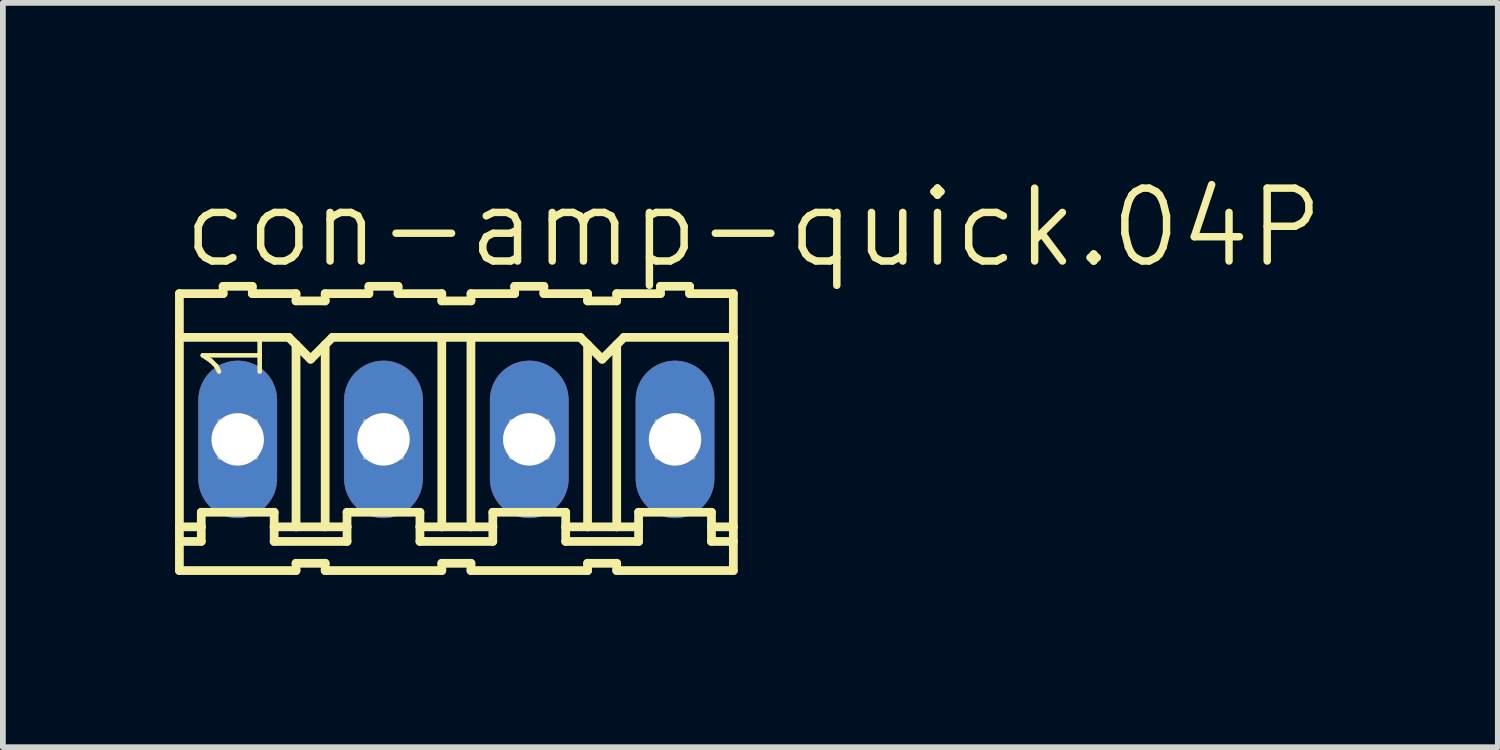
<source format=kicad_pcb>
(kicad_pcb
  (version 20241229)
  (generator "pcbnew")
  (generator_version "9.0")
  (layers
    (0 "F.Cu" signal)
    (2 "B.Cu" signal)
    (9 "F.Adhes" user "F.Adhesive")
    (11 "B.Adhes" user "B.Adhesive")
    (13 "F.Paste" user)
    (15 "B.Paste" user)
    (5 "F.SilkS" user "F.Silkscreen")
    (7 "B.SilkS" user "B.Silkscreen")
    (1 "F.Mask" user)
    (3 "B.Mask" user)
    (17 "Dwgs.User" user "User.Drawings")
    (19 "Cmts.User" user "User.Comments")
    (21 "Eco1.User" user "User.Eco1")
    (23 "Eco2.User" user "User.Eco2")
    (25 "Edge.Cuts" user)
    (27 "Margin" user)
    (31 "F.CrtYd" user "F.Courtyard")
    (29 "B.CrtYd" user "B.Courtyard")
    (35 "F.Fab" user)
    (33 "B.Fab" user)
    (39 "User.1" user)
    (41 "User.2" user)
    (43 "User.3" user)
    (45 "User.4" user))
  (footprint "con-amp-quick.04P"
    (layer "F.Cu")
    (at 4.902 4.606)
    (property "Reference" "con-amp-quick.04P" (at -4.826 -2.946 0) (layer "F.SilkS") (effects (font (size 1.27 1.27) (thickness 0.13)) (justify left bottom)))
    (attr through_hole)
    (fp_line (start -4.826 -2.54) (end -4.826 -1.778) (stroke (width 0.152) (type default)) (layer "F.SilkS"))
    (fp_line (start -4.826 -2.54) (end -4.064 -2.54) (stroke (width 0.152) (type default)) (layer "F.SilkS"))
    (fp_line (start -4.826 -1.778) (end -4.826 1.524) (stroke (width 0.152) (type default)) (layer "F.SilkS"))
    (fp_line (start -4.826 1.524) (end -4.826 1.778) (stroke (width 0.152) (type default)) (layer "F.SilkS"))
    (fp_line (start -4.826 1.778) (end -4.826 2.286) (stroke (width 0.152) (type default)) (layer "F.SilkS"))
    (fp_line (start -4.826 1.778) (end -4.445 1.778) (stroke (width 0.152) (type default)) (layer "F.SilkS"))
    (fp_line (start -4.445 1.27) (end -3.175 1.27) (stroke (width 0.152) (type default)) (layer "F.SilkS"))
    (fp_line (start -4.445 1.524) (end -4.826 1.524) (stroke (width 0.152) (type default)) (layer "F.SilkS"))
    (fp_line (start -4.445 1.524) (end -4.445 1.27) (stroke (width 0.152) (type default)) (layer "F.SilkS"))
    (fp_line (start -4.445 1.778) (end -4.445 1.524) (stroke (width 0.152) (type default)) (layer "F.SilkS"))
    (fp_line (start -4.064 -2.54) (end -4.064 -2.667) (stroke (width 0.152) (type default)) (layer "F.SilkS"))
    (fp_line (start -3.556 -2.667) (end -4.064 -2.667) (stroke (width 0.152) (type default)) (layer "F.SilkS"))
    (fp_line (start -3.556 -2.54) (end -3.556 -2.667) (stroke (width 0.152) (type default)) (layer "F.SilkS"))
    (fp_line (start -3.175 1.524) (end -3.175 1.27) (stroke (width 0.152) (type default)) (layer "F.SilkS"))
    (fp_line (start -3.175 1.524) (end -2.794 1.524) (stroke (width 0.152) (type default)) (layer "F.SilkS"))
    (fp_line (start -3.175 1.778) (end -3.175 1.524) (stroke (width 0.152) (type default)) (layer "F.SilkS"))
    (fp_line (start -2.921 -1.778) (end -4.826 -1.778) (stroke (width 0.152) (type default)) (layer "F.SilkS"))
    (fp_line (start -2.921 -1.778) (end -2.794 -1.651) (stroke (width 0.152) (type default)) (layer "F.SilkS"))
    (fp_line (start -2.794 -2.54) (end -3.556 -2.54) (stroke (width 0.152) (type default)) (layer "F.SilkS"))
    (fp_line (start -2.794 -2.413) (end -2.794 -2.54) (stroke (width 0.152) (type default)) (layer "F.SilkS"))
    (fp_line (start -2.794 -2.413) (end -2.286 -2.413) (stroke (width 0.152) (type default)) (layer "F.SilkS"))
    (fp_line (start -2.794 -1.651) (end -2.794 1.524) (stroke (width 0.152) (type default)) (layer "F.SilkS"))
    (fp_line (start -2.794 -1.651) (end -2.54 -1.397) (stroke (width 0.152) (type default)) (layer "F.SilkS"))
    (fp_line (start -2.794 1.524) (end -2.286 1.524) (stroke (width 0.152) (type default)) (layer "F.SilkS"))
    (fp_line (start -2.794 2.159) (end -2.794 2.286) (stroke (width 0.152) (type default)) (layer "F.SilkS"))
    (fp_line (start -2.794 2.286) (end -4.826 2.286) (stroke (width 0.152) (type default)) (layer "F.SilkS"))
    (fp_line (start -2.54 -1.397) (end -2.286 -1.651) (stroke (width 0.152) (type default)) (layer "F.SilkS"))
    (fp_line (start -2.286 -2.54) (end -1.524 -2.54) (stroke (width 0.152) (type default)) (layer "F.SilkS"))
    (fp_line (start -2.286 -2.413) (end -2.286 -2.54) (stroke (width 0.152) (type default)) (layer "F.SilkS"))
    (fp_line (start -2.286 -1.651) (end -2.286 1.524) (stroke (width 0.152) (type default)) (layer "F.SilkS"))
    (fp_line (start -2.286 -1.651) (end -2.159 -1.778) (stroke (width 0.152) (type default)) (layer "F.SilkS"))
    (fp_line (start -2.286 1.524) (end -1.905 1.524) (stroke (width 0.152) (type default)) (layer "F.SilkS"))
    (fp_line (start -2.286 2.159) (end -2.794 2.159) (stroke (width 0.152) (type default)) (layer "F.SilkS"))
    (fp_line (start -2.286 2.159) (end -2.286 2.286) (stroke (width 0.152) (type default)) (layer "F.SilkS"))
    (fp_line (start -2.286 2.286) (end -0.254 2.286) (stroke (width 0.152) (type default)) (layer "F.SilkS"))
    (fp_line (start -2.159 -1.778) (end -0.254 -1.778) (stroke (width 0.152) (type default)) (layer "F.SilkS"))
    (fp_line (start -1.905 1.27) (end -0.635 1.27) (stroke (width 0.152) (type default)) (layer "F.SilkS"))
    (fp_line (start -1.905 1.524) (end -1.905 1.27) (stroke (width 0.152) (type default)) (layer "F.SilkS"))
    (fp_line (start -1.905 1.778) (end -3.175 1.778) (stroke (width 0.152) (type default)) (layer "F.SilkS"))
    (fp_line (start -1.905 1.778) (end -1.905 1.524) (stroke (width 0.152) (type default)) (layer "F.SilkS"))
    (fp_line (start -1.524 -2.54) (end -1.524 -2.667) (stroke (width 0.152) (type default)) (layer "F.SilkS"))
    (fp_line (start -1.016 -2.667) (end -1.524 -2.667) (stroke (width 0.152) (type default)) (layer "F.SilkS"))
    (fp_line (start -1.016 -2.54) (end -1.016 -2.667) (stroke (width 0.152) (type default)) (layer "F.SilkS"))
    (fp_line (start -1.016 -2.54) (end -0.254 -2.54) (stroke (width 0.152) (type default)) (layer "F.SilkS"))
    (fp_line (start -0.635 1.524) (end -0.635 1.27) (stroke (width 0.152) (type default)) (layer "F.SilkS"))
    (fp_line (start -0.635 1.524) (end -0.254 1.524) (stroke (width 0.152) (type default)) (layer "F.SilkS"))
    (fp_line (start -0.635 1.778) (end -0.635 1.524) (stroke (width 0.152) (type default)) (layer "F.SilkS"))
    (fp_line (start -0.635 1.778) (end 0.635 1.778) (stroke (width 0.152) (type default)) (layer "F.SilkS"))
    (fp_line (start -0.254 -2.413) (end -0.254 -2.54) (stroke (width 0.152) (type default)) (layer "F.SilkS"))
    (fp_line (start -0.254 -1.778) (end -0.254 1.524) (stroke (width 0.152) (type default)) (layer "F.SilkS"))
    (fp_line (start -0.254 -1.778) (end 0.254 -1.778) (stroke (width 0.152) (type default)) (layer "F.SilkS"))
    (fp_line (start -0.254 1.524) (end 0.254 1.524) (stroke (width 0.152) (type default)) (layer "F.SilkS"))
    (fp_line (start -0.254 2.159) (end -0.254 2.286) (stroke (width 0.152) (type default)) (layer "F.SilkS"))
    (fp_line (start 0.254 -2.54) (end 1.016 -2.54) (stroke (width 0.152) (type default)) (layer "F.SilkS"))
    (fp_line (start 0.254 -2.413) (end -0.254 -2.413) (stroke (width 0.152) (type default)) (layer "F.SilkS"))
    (fp_line (start 0.254 -2.413) (end 0.254 -2.54) (stroke (width 0.152) (type default)) (layer "F.SilkS"))
    (fp_line (start 0.254 -1.778) (end 0.254 1.524) (stroke (width 0.152) (type default)) (layer "F.SilkS"))
    (fp_line (start 0.254 -1.778) (end 2.159 -1.778) (stroke (width 0.152) (type default)) (layer "F.SilkS"))
    (fp_line (start 0.254 1.524) (end 0.635 1.524) (stroke (width 0.152) (type default)) (layer "F.SilkS"))
    (fp_line (start 0.254 2.159) (end -0.254 2.159) (stroke (width 0.152) (type default)) (layer "F.SilkS"))
    (fp_line (start 0.254 2.159) (end 0.254 2.286) (stroke (width 0.152) (type default)) (layer "F.SilkS"))
    (fp_line (start 0.635 1.27) (end 1.905 1.27) (stroke (width 0.152) (type default)) (layer "F.SilkS"))
    (fp_line (start 0.635 1.524) (end 0.635 1.27) (stroke (width 0.152) (type default)) (layer "F.SilkS"))
    (fp_line (start 0.635 1.778) (end 0.635 1.524) (stroke (width 0.152) (type default)) (layer "F.SilkS"))
    (fp_line (start 1.016 -2.54) (end 1.016 -2.667) (stroke (width 0.152) (type default)) (layer "F.SilkS"))
    (fp_line (start 1.524 -2.667) (end 1.016 -2.667) (stroke (width 0.152) (type default)) (layer "F.SilkS"))
    (fp_line (start 1.524 -2.54) (end 1.524 -2.667) (stroke (width 0.152) (type default)) (layer "F.SilkS"))
    (fp_line (start 1.524 -2.54) (end 2.286 -2.54) (stroke (width 0.152) (type default)) (layer "F.SilkS"))
    (fp_line (start 1.905 1.524) (end 1.905 1.27) (stroke (width 0.152) (type default)) (layer "F.SilkS"))
    (fp_line (start 1.905 1.524) (end 2.286 1.524) (stroke (width 0.152) (type default)) (layer "F.SilkS"))
    (fp_line (start 1.905 1.778) (end 1.905 1.524) (stroke (width 0.152) (type default)) (layer "F.SilkS"))
    (fp_line (start 1.905 1.778) (end 3.175 1.778) (stroke (width 0.152) (type default)) (layer "F.SilkS"))
    (fp_line (start 2.159 -1.778) (end 2.286 -1.651) (stroke (width 0.152) (type default)) (layer "F.SilkS"))
    (fp_line (start 2.286 -2.413) (end 2.286 -2.54) (stroke (width 0.152) (type default)) (layer "F.SilkS"))
    (fp_line (start 2.286 -1.651) (end 2.286 1.524) (stroke (width 0.152) (type default)) (layer "F.SilkS"))
    (fp_line (start 2.286 -1.651) (end 2.54 -1.397) (stroke (width 0.152) (type default)) (layer "F.SilkS"))
    (fp_line (start 2.286 1.524) (end 2.794 1.524) (stroke (width 0.152) (type default)) (layer "F.SilkS"))
    (fp_line (start 2.286 2.159) (end 2.286 2.286) (stroke (width 0.152) (type default)) (layer "F.SilkS"))
    (fp_line (start 2.286 2.286) (end 0.254 2.286) (stroke (width 0.152) (type default)) (layer "F.SilkS"))
    (fp_line (start 2.54 -1.397) (end 2.921 -1.778) (stroke (width 0.152) (type default)) (layer "F.SilkS"))
    (fp_line (start 2.794 -2.54) (end 3.556 -2.54) (stroke (width 0.152) (type default)) (layer "F.SilkS"))
    (fp_line (start 2.794 -2.413) (end 2.286 -2.413) (stroke (width 0.152) (type default)) (layer "F.SilkS"))
    (fp_line (start 2.794 -2.413) (end 2.794 -2.54) (stroke (width 0.152) (type default)) (layer "F.SilkS"))
    (fp_line (start 2.794 -1.651) (end 2.794 1.524) (stroke (width 0.152) (type default)) (layer "F.SilkS"))
    (fp_line (start 2.794 1.524) (end 3.175 1.524) (stroke (width 0.152) (type default)) (layer "F.SilkS"))
    (fp_line (start 2.794 2.159) (end 2.286 2.159) (stroke (width 0.152) (type default)) (layer "F.SilkS"))
    (fp_line (start 2.794 2.159) (end 2.794 2.286) (stroke (width 0.152) (type default)) (layer "F.SilkS"))
    (fp_line (start 2.921 -1.778) (end 4.826 -1.778) (stroke (width 0.152) (type default)) (layer "F.SilkS"))
    (fp_line (start 3.175 1.27) (end 4.445 1.27) (stroke (width 0.152) (type default)) (layer "F.SilkS"))
    (fp_line (start 3.175 1.524) (end 3.175 1.27) (stroke (width 0.152) (type default)) (layer "F.SilkS"))
    (fp_line (start 3.175 1.778) (end 3.175 1.524) (stroke (width 0.152) (type default)) (layer "F.SilkS"))
    (fp_line (start 3.556 -2.54) (end 3.556 -2.667) (stroke (width 0.152) (type default)) (layer "F.SilkS"))
    (fp_line (start 4.064 -2.667) (end 3.556 -2.667) (stroke (width 0.152) (type default)) (layer "F.SilkS"))
    (fp_line (start 4.064 -2.54) (end 4.064 -2.667) (stroke (width 0.152) (type default)) (layer "F.SilkS"))
    (fp_line (start 4.064 -2.54) (end 4.826 -2.54) (stroke (width 0.152) (type default)) (layer "F.SilkS"))
    (fp_line (start 4.445 1.524) (end 4.445 1.27) (stroke (width 0.152) (type default)) (layer "F.SilkS"))
    (fp_line (start 4.445 1.524) (end 4.826 1.524) (stroke (width 0.152) (type default)) (layer "F.SilkS"))
    (fp_line (start 4.445 1.778) (end 4.445 1.524) (stroke (width 0.152) (type default)) (layer "F.SilkS"))
    (fp_line (start 4.826 -2.54) (end 4.826 -1.778) (stroke (width 0.152) (type default)) (layer "F.SilkS"))
    (fp_line (start 4.826 -1.778) (end 4.826 1.524) (stroke (width 0.152) (type default)) (layer "F.SilkS"))
    (fp_line (start 4.826 1.778) (end 4.445 1.778) (stroke (width 0.152) (type default)) (layer "F.SilkS"))
    (fp_line (start 4.826 1.778) (end 4.826 1.524) (stroke (width 0.152) (type default)) (layer "F.SilkS"))
    (fp_line (start 4.826 1.778) (end 4.826 2.286) (stroke (width 0.152) (type default)) (layer "F.SilkS"))
    (fp_line (start 4.826 2.286) (end 2.794 2.286) (stroke (width 0.152) (type default)) (layer "F.SilkS"))
    (fp_rect (start -4.14 0.33) (end -3.48 -0.33) (stroke (width 0.05) (type default)) (fill no) (layer "F.Fab"))
    (fp_rect (start -1.6 0.33) (end -0.94 -0.33) (stroke (width 0.05) (type default)) (fill no) (layer "F.Fab"))
    (fp_rect (start 0.94 0.33) (end 1.6 -0.33) (stroke (width 0.05) (type default)) (fill no) (layer "F.Fab"))
    (fp_rect (start 3.48 0.33) (end 4.14 -0.33) (stroke (width 0.05) (type default)) (fill no) (layer "F.Fab"))
    (fp_text user "1" (at -3.302 -0.94 90) (layer "F.SilkS") (effects (font (size 0.991 0.991) (thickness 0.08)) (justify left bottom)))
    (pad "1" thru_hole oval (at -3.81 0 90) (size 2.743 1.372) (drill 0.914) (layers "*.Cu" "*.Mask"))
    (pad "2" thru_hole oval (at -1.27 0 90) (size 2.743 1.372) (drill 0.914) (layers "*.Cu" "*.Mask"))
    (pad "3" thru_hole oval (at 1.27 0 90) (size 2.743 1.372) (drill 0.914) (layers "*.Cu" "*.Mask"))
    (pad "4" thru_hole oval (at 3.81 0 90) (size 2.743 1.372) (drill 0.914) (layers "*.Cu" "*.Mask")))
  (gr_rect
    (start -3 -3)
    (end 23.048 9.969)
    (stroke (width 0.1) (type default))
    (fill no)
    (layer "Edge.Cuts")))
</source>
